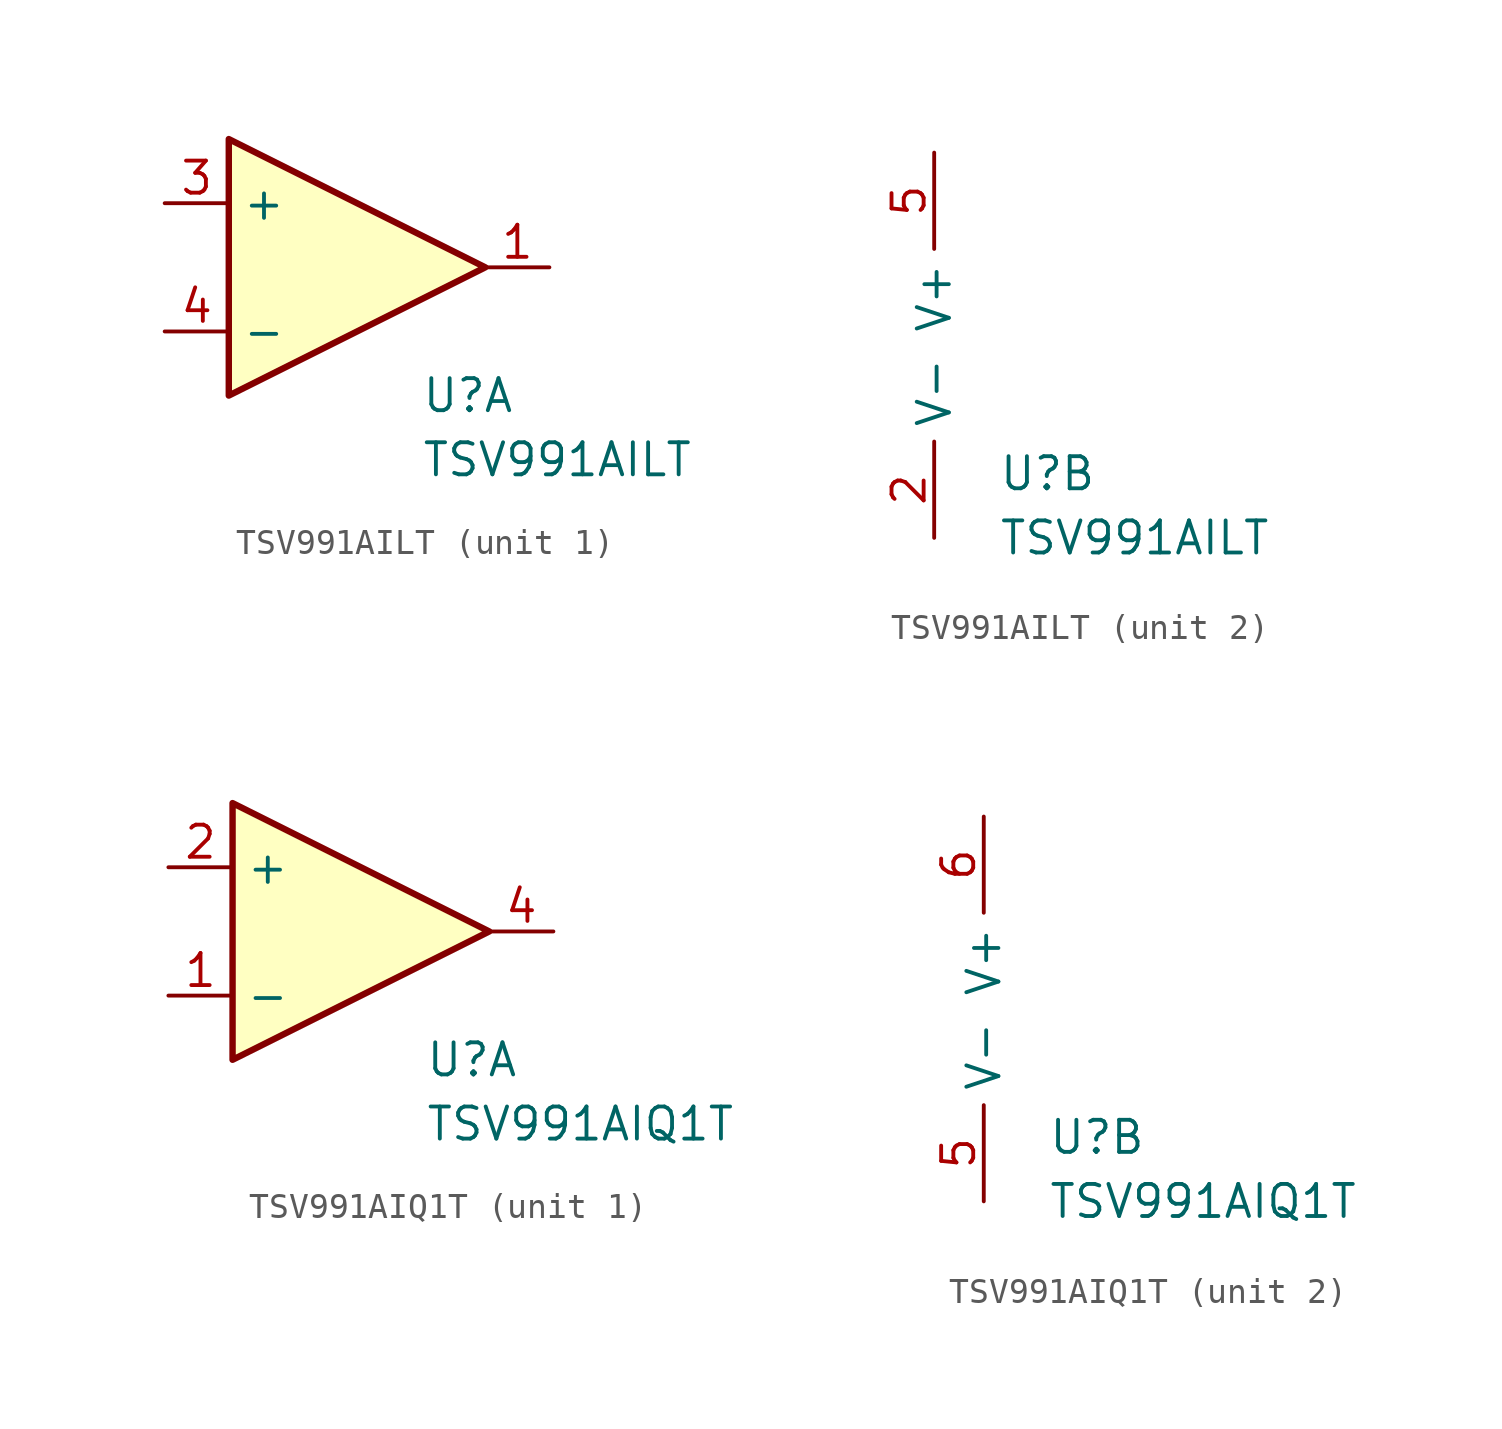
<source format=kicad_sym>
(kicad_symbol_lib
  (version 20241209)
  (generator "kicad_symbol_editor")
  (generator_version "9.0")
  (symbol "TSV991AILT"
    (property "Reference" "U"
      (at 2.54 -5.08 0)
      (effects (font (size 1.27 1.27)) (justify left)))
    (property "Value" "TSV991AILT"
      (at 2.54 -7.62 0)
      (effects (font (size 1.27 1.27)) (justify left)))
    (symbol "TSV991AILT_1_1"
      (polyline (pts (xy -5.08 5.08) (xy 5.08 0) (xy -5.08 -5.08) (xy -5.08 5.08)) (stroke (width 0.254) (type default)) (fill (type background)))
      (pin input line (at -7.62 2.54 0) (length 2.54) (name "+" (effects (font (size 1.27 1.27)))) (number "3" (effects (font (size 1.27 1.27)))))
      (pin input line (at -7.62 -2.54 0) (length 2.54) (name "-" (effects (font (size 1.27 1.27)))) (number "4" (effects (font (size 1.27 1.27)))))
      (pin output line (at 7.62 0 180) (length 2.54) (name "~" (effects (font (size 1.27 1.27)))) (number "1" (effects (font (size 1.27 1.27))))))
    (symbol "TSV991AILT_2_1"
      (pin power_in line (at 0 7.62 270) (length 3.81) (name "V+" (effects (font (size 1.27 1.27)))) (number "5" (effects (font (size 1.27 1.27)))))
      (pin power_in line (at 0 -7.62 90) (length 3.81) (name "V-" (effects (font (size 1.27 1.27)))) (number "2" (effects (font (size 1.27 1.27)))))))
  (symbol "TSV991AIQ1T"
    (property "Reference" "U"
      (at 2.54 -5.08 0)
      (effects (font (size 1.27 1.27)) (justify left)))
    (property "Value" "TSV991AIQ1T"
      (at 2.54 -7.62 0)
      (effects (font (size 1.27 1.27)) (justify left)))
    (symbol "TSV991AIQ1T_1_1"
      (polyline (pts (xy -5.08 5.08) (xy 5.08 0) (xy -5.08 -5.08) (xy -5.08 5.08)) (stroke (width 0.254) (type default)) (fill (type background)))
      (pin input line (at -7.62 2.54 0) (length 2.54) (name "+" (effects (font (size 1.27 1.27)))) (number "2" (effects (font (size 1.27 1.27)))))
      (pin input line (at -7.62 -2.54 0) (length 2.54) (name "-" (effects (font (size 1.27 1.27)))) (number "1" (effects (font (size 1.27 1.27)))))
      (pin output line (at 7.62 0 180) (length 2.54) (name "~" (effects (font (size 1.27 1.27)))) (number "4" (effects (font (size 1.27 1.27))))))
    (symbol "TSV991AIQ1T_2_1"
      (pin power_in line (at 0 7.62 270) (length 3.81) (name "V+" (effects (font (size 1.27 1.27)))) (number "6" (effects (font (size 1.27 1.27)))))
      (pin power_in line (at 0 -7.62 90) (length 3.81) (name "V-" (effects (font (size 1.27 1.27)))) (number "5" (effects (font (size 1.27 1.27))))))))
</source>
